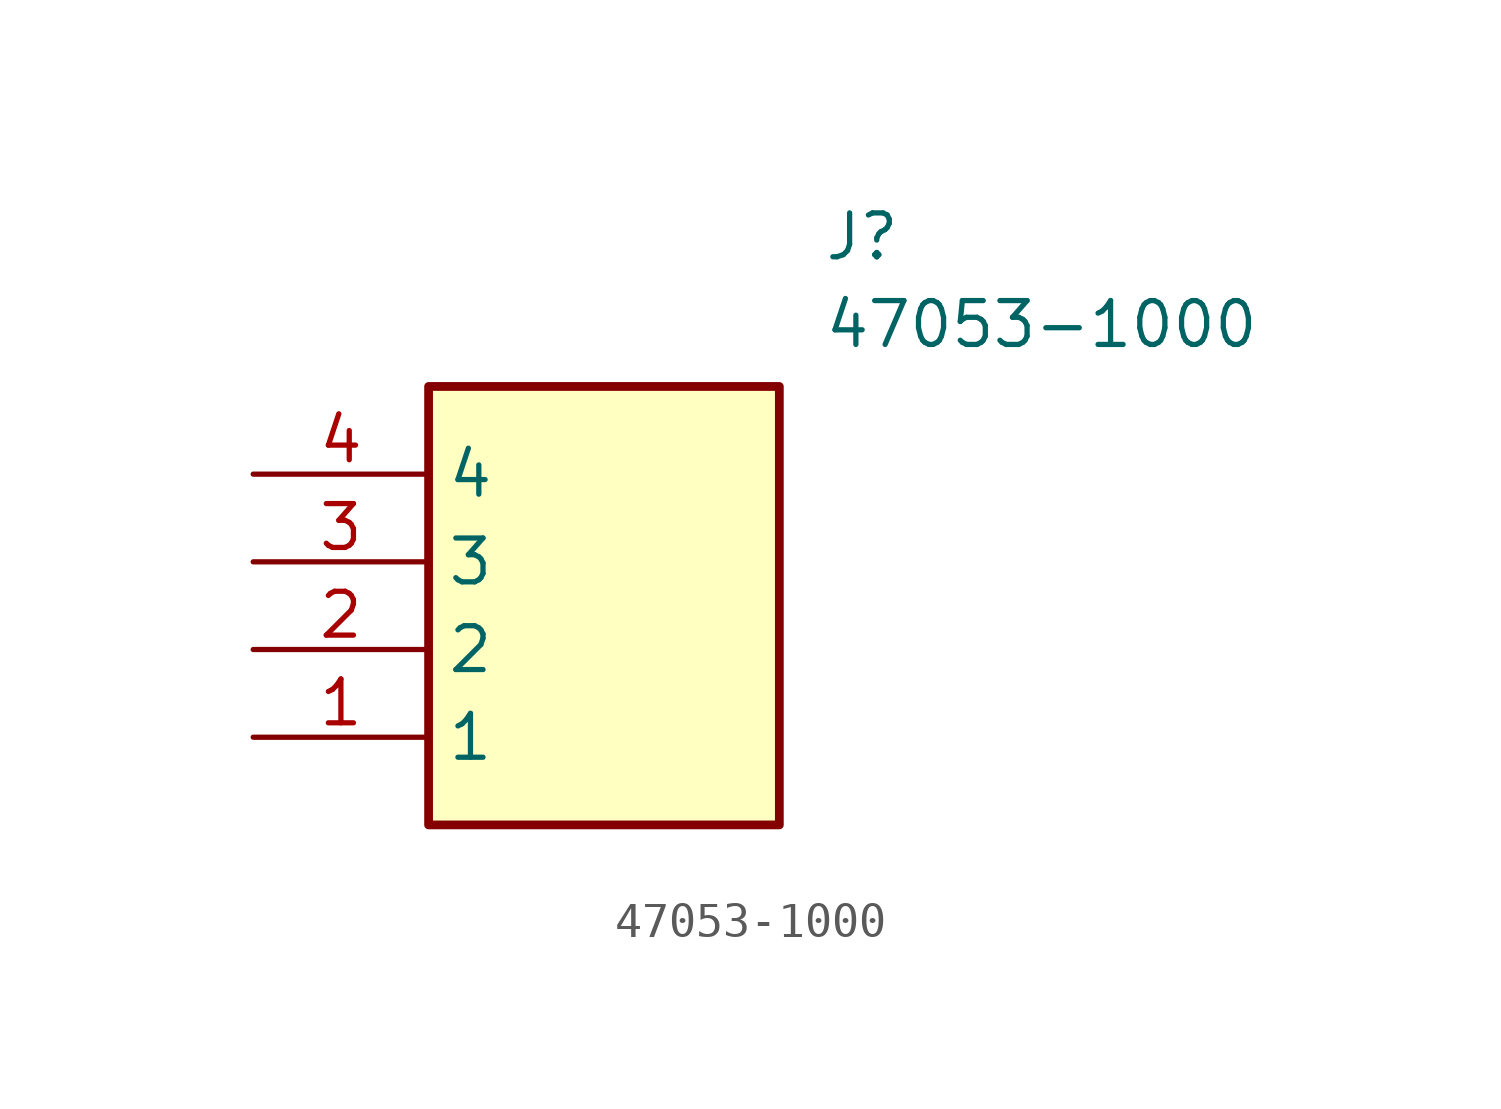
<source format=kicad_sym>
(kicad_symbol_lib
  (version 20211014)
  (generator SamacSys_ECAD_Model)
  (symbol "47053-1000"
    (property "Reference" "J"
      (at 16.51 7.62 0)
      (effects (font (size 1.27 1.27)) (justify left top)))
    (property "Value" "47053-1000"
      (at 16.51 5.08 0)
      (effects (font (size 1.27 1.27)) (justify left top)))
    (rectangle
      (start 5.08 2.54)
      (end 15.24 -10.16)
      (stroke (width 0.254) (type default))
      (fill (type background)))
    (pin passive line
      (at 0 -7.62 0)
      (length 5.08)
      (name "1" (effects (font (size 1.27 1.27))))
      (number "1" (effects (font (size 1.27 1.27)))))
    (pin passive line
      (at 0 -5.08 0)
      (length 5.08)
      (name "2" (effects (font (size 1.27 1.27))))
      (number "2" (effects (font (size 1.27 1.27)))))
    (pin passive line
      (at 0 -2.54 0)
      (length 5.08)
      (name "3" (effects (font (size 1.27 1.27))))
      (number "3" (effects (font (size 1.27 1.27)))))
    (pin passive line
      (at 0 0 0)
      (length 5.08)
      (name "4" (effects (font (size 1.27 1.27))))
      (number "4" (effects (font (size 1.27 1.27)))))))
</source>
